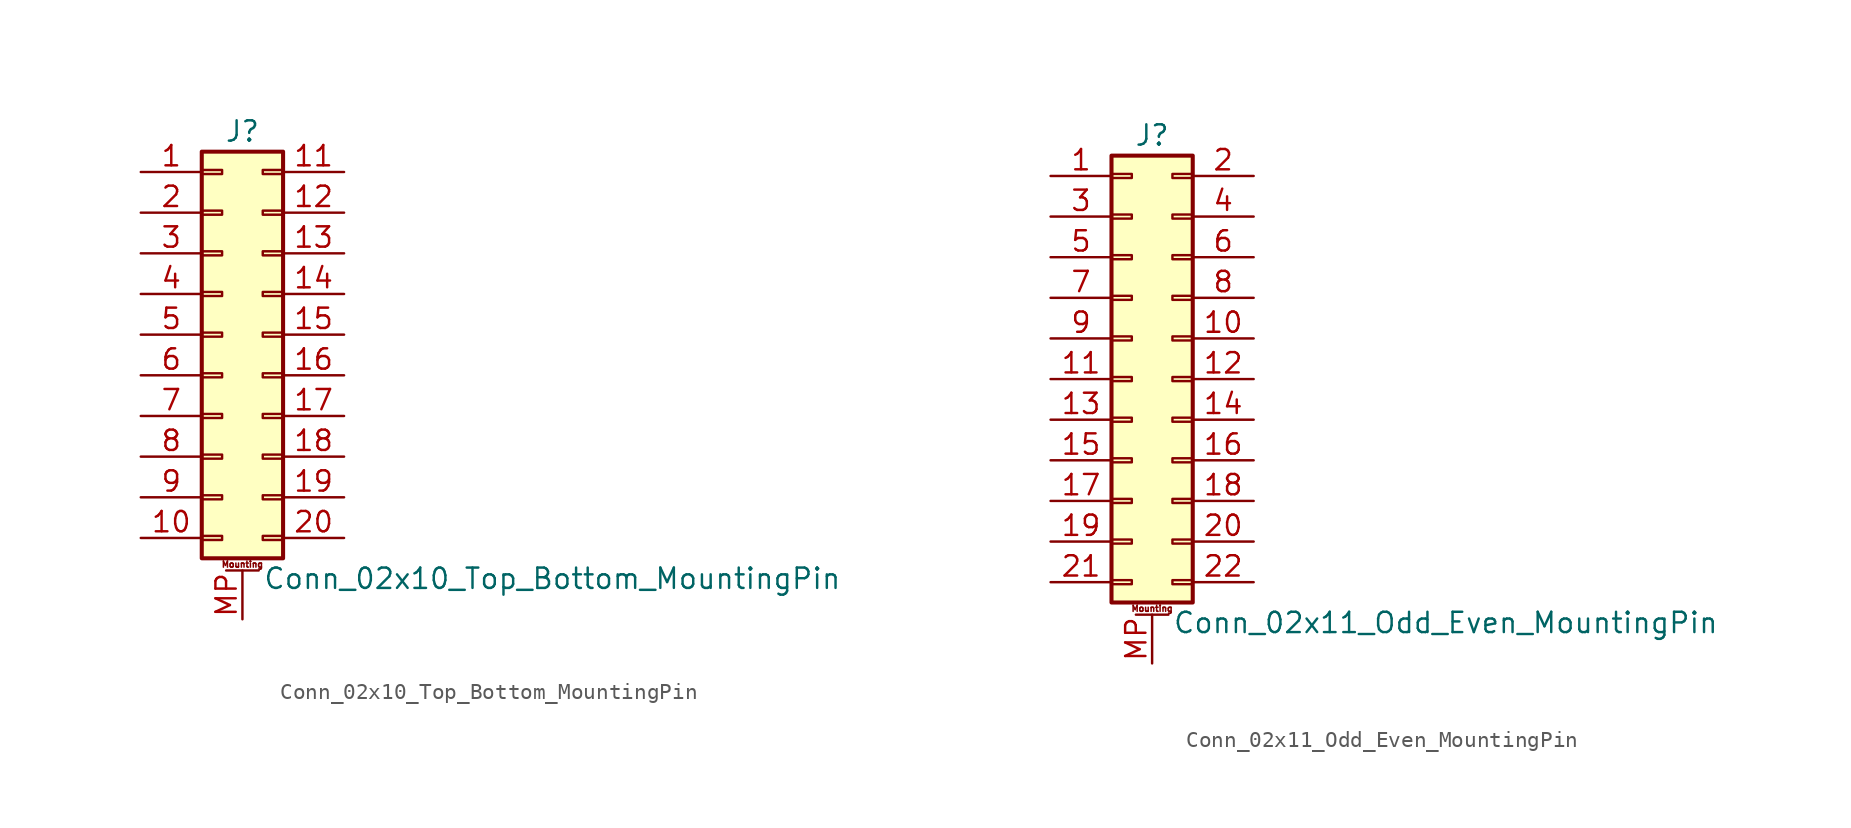
<source format=kicad_sym>
(kicad_symbol_lib
  (version 20201005)
  (generator kicad_symbol_editor)
  (symbol "Conn_02x10_Top_Bottom_MountingPin"
    (pin_names
      (offset 1.016) hide)
    (property "Reference" "J"
      (at 1.27 12.7 0)
      (effects (font (size 1.27 1.27))))
    (property "Value" "Conn_02x10_Top_Bottom_MountingPin"
      (at 2.54 -15.24 0)
      (effects (font (size 1.27 1.27)) (justify left)))
    (symbol "Conn_02x10_Top_Bottom_MountingPin_1_1"
      (text "Mounting" (at 1.27 -14.351 0) (effects (font (size 0.381 0.381))))
      (rectangle (start -1.27 -12.573) (end 0 -12.827) (stroke (width 0.152)) (fill (type none)))
      (rectangle (start -1.27 -10.033) (end 0 -10.287) (stroke (width 0.152)) (fill (type none)))
      (rectangle (start -1.27 -7.493) (end 0 -7.747) (stroke (width 0.152)) (fill (type none)))
      (rectangle (start -1.27 -4.953) (end 0 -5.207) (stroke (width 0.152)) (fill (type none)))
      (rectangle (start -1.27 -2.413) (end 0 -2.667) (stroke (width 0.152)) (fill (type none)))
      (rectangle (start -1.27 0.127) (end 0 -0.127) (stroke (width 0.152)) (fill (type none)))
      (rectangle (start -1.27 2.667) (end 0 2.413) (stroke (width 0.152)) (fill (type none)))
      (rectangle (start -1.27 5.207) (end 0 4.953) (stroke (width 0.152)) (fill (type none)))
      (rectangle (start -1.27 7.747) (end 0 7.493) (stroke (width 0.152)) (fill (type none)))
      (rectangle (start -1.27 10.287) (end 0 10.033) (stroke (width 0.152)) (fill (type none)))
      (rectangle (start 3.81 -12.573) (end 2.54 -12.827) (stroke (width 0.152)) (fill (type none)))
      (rectangle (start 3.81 -10.033) (end 2.54 -10.287) (stroke (width 0.152)) (fill (type none)))
      (rectangle (start 3.81 -7.493) (end 2.54 -7.747) (stroke (width 0.152)) (fill (type none)))
      (rectangle (start 3.81 -4.953) (end 2.54 -5.207) (stroke (width 0.152)) (fill (type none)))
      (rectangle (start 3.81 -2.413) (end 2.54 -2.667) (stroke (width 0.152)) (fill (type none)))
      (rectangle (start 3.81 0.127) (end 2.54 -0.127) (stroke (width 0.152)) (fill (type none)))
      (rectangle (start 3.81 2.667) (end 2.54 2.413) (stroke (width 0.152)) (fill (type none)))
      (rectangle (start 3.81 5.207) (end 2.54 4.953) (stroke (width 0.152)) (fill (type none)))
      (rectangle (start 3.81 7.747) (end 2.54 7.493) (stroke (width 0.152)) (fill (type none)))
      (rectangle (start 3.81 10.287) (end 2.54 10.033) (stroke (width 0.152)) (fill (type none)))
      (rectangle (start -1.27 11.43) (end 3.81 -13.97) (stroke (width 0.254)) (fill (type background)))
      (polyline (pts (xy 0.254 -14.732) (xy 2.286 -14.732)) (stroke (width 0.152)) (fill (type none)))
      (pin passive line (at -5.08 10.16 0) (length 3.81) (name "Pin_1" (effects (font (size 1.27 1.27)))) (number "1" (effects (font (size 1.27 1.27)))))
      (pin passive line (at -5.08 -12.7 0) (length 3.81) (name "Pin_10" (effects (font (size 1.27 1.27)))) (number "10" (effects (font (size 1.27 1.27)))))
      (pin passive line (at 7.62 10.16 180) (length 3.81) (name "Pin_11" (effects (font (size 1.27 1.27)))) (number "11" (effects (font (size 1.27 1.27)))))
      (pin passive line (at 7.62 7.62 180) (length 3.81) (name "Pin_12" (effects (font (size 1.27 1.27)))) (number "12" (effects (font (size 1.27 1.27)))))
      (pin passive line (at 7.62 5.08 180) (length 3.81) (name "Pin_13" (effects (font (size 1.27 1.27)))) (number "13" (effects (font (size 1.27 1.27)))))
      (pin passive line (at 7.62 2.54 180) (length 3.81) (name "Pin_14" (effects (font (size 1.27 1.27)))) (number "14" (effects (font (size 1.27 1.27)))))
      (pin passive line (at 7.62 0 180) (length 3.81) (name "Pin_15" (effects (font (size 1.27 1.27)))) (number "15" (effects (font (size 1.27 1.27)))))
      (pin passive line (at 7.62 -2.54 180) (length 3.81) (name "Pin_16" (effects (font (size 1.27 1.27)))) (number "16" (effects (font (size 1.27 1.27)))))
      (pin passive line (at 7.62 -5.08 180) (length 3.81) (name "Pin_17" (effects (font (size 1.27 1.27)))) (number "17" (effects (font (size 1.27 1.27)))))
      (pin passive line (at 7.62 -7.62 180) (length 3.81) (name "Pin_18" (effects (font (size 1.27 1.27)))) (number "18" (effects (font (size 1.27 1.27)))))
      (pin passive line (at 7.62 -10.16 180) (length 3.81) (name "Pin_19" (effects (font (size 1.27 1.27)))) (number "19" (effects (font (size 1.27 1.27)))))
      (pin passive line (at -5.08 7.62 0) (length 3.81) (name "Pin_2" (effects (font (size 1.27 1.27)))) (number "2" (effects (font (size 1.27 1.27)))))
      (pin passive line (at 7.62 -12.7 180) (length 3.81) (name "Pin_20" (effects (font (size 1.27 1.27)))) (number "20" (effects (font (size 1.27 1.27)))))
      (pin passive line (at -5.08 5.08 0) (length 3.81) (name "Pin_3" (effects (font (size 1.27 1.27)))) (number "3" (effects (font (size 1.27 1.27)))))
      (pin passive line (at -5.08 2.54 0) (length 3.81) (name "Pin_4" (effects (font (size 1.27 1.27)))) (number "4" (effects (font (size 1.27 1.27)))))
      (pin passive line (at -5.08 0 0) (length 3.81) (name "Pin_5" (effects (font (size 1.27 1.27)))) (number "5" (effects (font (size 1.27 1.27)))))
      (pin passive line (at -5.08 -2.54 0) (length 3.81) (name "Pin_6" (effects (font (size 1.27 1.27)))) (number "6" (effects (font (size 1.27 1.27)))))
      (pin passive line (at -5.08 -5.08 0) (length 3.81) (name "Pin_7" (effects (font (size 1.27 1.27)))) (number "7" (effects (font (size 1.27 1.27)))))
      (pin passive line (at -5.08 -7.62 0) (length 3.81) (name "Pin_8" (effects (font (size 1.27 1.27)))) (number "8" (effects (font (size 1.27 1.27)))))
      (pin passive line (at -5.08 -10.16 0) (length 3.81) (name "Pin_9" (effects (font (size 1.27 1.27)))) (number "9" (effects (font (size 1.27 1.27)))))
      (pin passive line (at 1.27 -17.78 90) (length 3.048) (name "MountPin" (effects (font (size 1.27 1.27)))) (number "MP" (effects (font (size 1.27 1.27)))))))
  (symbol "Conn_02x11_Odd_Even_MountingPin"
    (pin_names
      (offset 1.016) hide)
    (property "Reference" "J"
      (at 1.27 15.24 0)
      (effects (font (size 1.27 1.27))))
    (property "Value" "Conn_02x11_Odd_Even_MountingPin"
      (at 2.54 -15.24 0)
      (effects (font (size 1.27 1.27)) (justify left)))
    (symbol "Conn_02x11_Odd_Even_MountingPin_1_1"
      (text "Mounting" (at 1.27 -14.351 0) (effects (font (size 0.381 0.381))))
      (rectangle (start -1.27 -12.573) (end 0 -12.827) (stroke (width 0.152)) (fill (type none)))
      (rectangle (start -1.27 -10.033) (end 0 -10.287) (stroke (width 0.152)) (fill (type none)))
      (rectangle (start -1.27 -7.493) (end 0 -7.747) (stroke (width 0.152)) (fill (type none)))
      (rectangle (start -1.27 -4.953) (end 0 -5.207) (stroke (width 0.152)) (fill (type none)))
      (rectangle (start -1.27 -2.413) (end 0 -2.667) (stroke (width 0.152)) (fill (type none)))
      (rectangle (start -1.27 0.127) (end 0 -0.127) (stroke (width 0.152)) (fill (type none)))
      (rectangle (start -1.27 2.667) (end 0 2.413) (stroke (width 0.152)) (fill (type none)))
      (rectangle (start -1.27 5.207) (end 0 4.953) (stroke (width 0.152)) (fill (type none)))
      (rectangle (start -1.27 7.747) (end 0 7.493) (stroke (width 0.152)) (fill (type none)))
      (rectangle (start -1.27 10.287) (end 0 10.033) (stroke (width 0.152)) (fill (type none)))
      (rectangle (start -1.27 12.827) (end 0 12.573) (stroke (width 0.152)) (fill (type none)))
      (rectangle (start 3.81 -12.573) (end 2.54 -12.827) (stroke (width 0.152)) (fill (type none)))
      (rectangle (start 3.81 -10.033) (end 2.54 -10.287) (stroke (width 0.152)) (fill (type none)))
      (rectangle (start 3.81 -7.493) (end 2.54 -7.747) (stroke (width 0.152)) (fill (type none)))
      (rectangle (start 3.81 -4.953) (end 2.54 -5.207) (stroke (width 0.152)) (fill (type none)))
      (rectangle (start 3.81 -2.413) (end 2.54 -2.667) (stroke (width 0.152)) (fill (type none)))
      (rectangle (start 3.81 0.127) (end 2.54 -0.127) (stroke (width 0.152)) (fill (type none)))
      (rectangle (start 3.81 2.667) (end 2.54 2.413) (stroke (width 0.152)) (fill (type none)))
      (rectangle (start 3.81 5.207) (end 2.54 4.953) (stroke (width 0.152)) (fill (type none)))
      (rectangle (start 3.81 7.747) (end 2.54 7.493) (stroke (width 0.152)) (fill (type none)))
      (rectangle (start 3.81 10.287) (end 2.54 10.033) (stroke (width 0.152)) (fill (type none)))
      (rectangle (start 3.81 12.827) (end 2.54 12.573) (stroke (width 0.152)) (fill (type none)))
      (rectangle (start -1.27 13.97) (end 3.81 -13.97) (stroke (width 0.254)) (fill (type background)))
      (polyline (pts (xy 0.254 -14.732) (xy 2.286 -14.732)) (stroke (width 0.152)) (fill (type none)))
      (pin passive line (at -5.08 12.7 0) (length 3.81) (name "Pin_1" (effects (font (size 1.27 1.27)))) (number "1" (effects (font (size 1.27 1.27)))))
      (pin passive line (at 7.62 2.54 180) (length 3.81) (name "Pin_10" (effects (font (size 1.27 1.27)))) (number "10" (effects (font (size 1.27 1.27)))))
      (pin passive line (at -5.08 0 0) (length 3.81) (name "Pin_11" (effects (font (size 1.27 1.27)))) (number "11" (effects (font (size 1.27 1.27)))))
      (pin passive line (at 7.62 0 180) (length 3.81) (name "Pin_12" (effects (font (size 1.27 1.27)))) (number "12" (effects (font (size 1.27 1.27)))))
      (pin passive line (at -5.08 -2.54 0) (length 3.81) (name "Pin_13" (effects (font (size 1.27 1.27)))) (number "13" (effects (font (size 1.27 1.27)))))
      (pin passive line (at 7.62 -2.54 180) (length 3.81) (name "Pin_14" (effects (font (size 1.27 1.27)))) (number "14" (effects (font (size 1.27 1.27)))))
      (pin passive line (at -5.08 -5.08 0) (length 3.81) (name "Pin_15" (effects (font (size 1.27 1.27)))) (number "15" (effects (font (size 1.27 1.27)))))
      (pin passive line (at 7.62 -5.08 180) (length 3.81) (name "Pin_16" (effects (font (size 1.27 1.27)))) (number "16" (effects (font (size 1.27 1.27)))))
      (pin passive line (at -5.08 -7.62 0) (length 3.81) (name "Pin_17" (effects (font (size 1.27 1.27)))) (number "17" (effects (font (size 1.27 1.27)))))
      (pin passive line (at 7.62 -7.62 180) (length 3.81) (name "Pin_18" (effects (font (size 1.27 1.27)))) (number "18" (effects (font (size 1.27 1.27)))))
      (pin passive line (at -5.08 -10.16 0) (length 3.81) (name "Pin_19" (effects (font (size 1.27 1.27)))) (number "19" (effects (font (size 1.27 1.27)))))
      (pin passive line (at 7.62 12.7 180) (length 3.81) (name "Pin_2" (effects (font (size 1.27 1.27)))) (number "2" (effects (font (size 1.27 1.27)))))
      (pin passive line (at 7.62 -10.16 180) (length 3.81) (name "Pin_20" (effects (font (size 1.27 1.27)))) (number "20" (effects (font (size 1.27 1.27)))))
      (pin passive line (at -5.08 -12.7 0) (length 3.81) (name "Pin_21" (effects (font (size 1.27 1.27)))) (number "21" (effects (font (size 1.27 1.27)))))
      (pin passive line (at 7.62 -12.7 180) (length 3.81) (name "Pin_22" (effects (font (size 1.27 1.27)))) (number "22" (effects (font (size 1.27 1.27)))))
      (pin passive line (at -5.08 10.16 0) (length 3.81) (name "Pin_3" (effects (font (size 1.27 1.27)))) (number "3" (effects (font (size 1.27 1.27)))))
      (pin passive line (at 7.62 10.16 180) (length 3.81) (name "Pin_4" (effects (font (size 1.27 1.27)))) (number "4" (effects (font (size 1.27 1.27)))))
      (pin passive line (at -5.08 7.62 0) (length 3.81) (name "Pin_5" (effects (font (size 1.27 1.27)))) (number "5" (effects (font (size 1.27 1.27)))))
      (pin passive line (at 7.62 7.62 180) (length 3.81) (name "Pin_6" (effects (font (size 1.27 1.27)))) (number "6" (effects (font (size 1.27 1.27)))))
      (pin passive line (at -5.08 5.08 0) (length 3.81) (name "Pin_7" (effects (font (size 1.27 1.27)))) (number "7" (effects (font (size 1.27 1.27)))))
      (pin passive line (at 7.62 5.08 180) (length 3.81) (name "Pin_8" (effects (font (size 1.27 1.27)))) (number "8" (effects (font (size 1.27 1.27)))))
      (pin passive line (at -5.08 2.54 0) (length 3.81) (name "Pin_9" (effects (font (size 1.27 1.27)))) (number "9" (effects (font (size 1.27 1.27)))))
      (pin passive line (at 1.27 -17.78 90) (length 3.048) (name "MountPin" (effects (font (size 1.27 1.27)))) (number "MP" (effects (font (size 1.27 1.27))))))))
</source>
